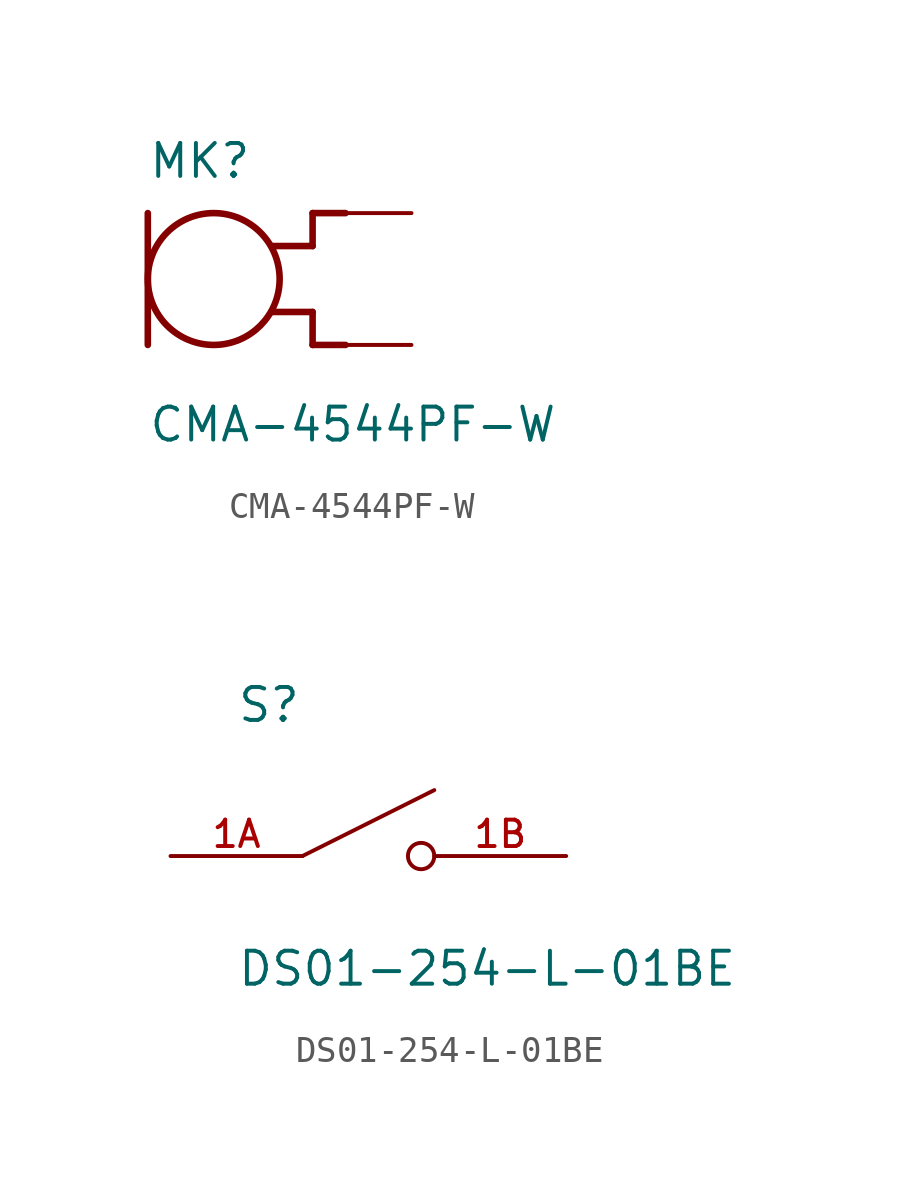
<source format=kicad_sym>
(kicad_symbol_lib
  (version 20241209)
  (generator "kicad_symbol_editor")
  (generator_version "9.0")
  (symbol "CMA-4544PF-W"
    (pin_numbers
      (hide yes))
    (pin_names
      (offset 1.016)
      (hide yes))
    (property "Reference" "MK"
      (at -2.54 3.81 0)
      (effects (font (size 1.27 1.27)) (justify left bottom)))
    (property "Value" "CMA-4544PF-W"
      (at -2.54 -6.35 0)
      (effects (font (size 1.27 1.27)) (justify left bottom)))
    (property "ki_locked" ""
      (at 0 0 0)
      (effects (font (size 1.27 1.27))))
    (symbol "CMA-4544PF-W_0_0"
      (polyline (pts (xy -2.54 2.54) (xy -2.54 -2.54)) (stroke (width 0.254) (type solid)) (fill (type none)))
      (circle (center 0 0) (radius 2.54) (stroke (width 0.254) (type solid)) (fill (type none)))
      (polyline (pts (xy 3.81 2.54) (xy 3.81 1.27)) (stroke (width 0.254) (type solid)) (fill (type none)))
      (polyline (pts (xy 3.81 1.27) (xy 2.235 1.27)) (stroke (width 0.254) (type solid)) (fill (type none)))
      (polyline (pts (xy 3.81 -1.27) (xy 2.235 -1.27)) (stroke (width 0.254) (type solid)) (fill (type none)))
      (polyline (pts (xy 3.81 -2.54) (xy 3.81 -1.27)) (stroke (width 0.254) (type solid)) (fill (type none)))
      (polyline (pts (xy 5.08 2.54) (xy 3.81 2.54)) (stroke (width 0.254) (type solid)) (fill (type none)))
      (polyline (pts (xy 5.08 -2.54) (xy 3.81 -2.54)) (stroke (width 0.254) (type solid)) (fill (type none)))
      (pin output line (at 7.62 2.54 180) (length 2.54) (name "~" (effects (font (size 1.016 1.016)))) (number "1" (effects (font (size 1.016 1.016)))))
      (pin power_in line (at 7.62 -2.54 180) (length 2.54) (name "~" (effects (font (size 1.016 1.016)))) (number "2" (effects (font (size 1.016 1.016)))))))
  (symbol "DS01-254-L-01BE"
    (pin_names
      (offset 1.016)
      (hide yes))
    (property "Reference" "S"
      (at -5.08 5.08 0)
      (effects (font (size 1.27 1.27)) (justify left bottom)))
    (property "Value" "DS01-254-L-01BE"
      (at -5.08 -5.08 0)
      (effects (font (size 1.27 1.27)) (justify left bottom)))
    (property "ki_locked" ""
      (at 0 0 0)
      (effects (font (size 1.27 1.27))))
    (symbol "DS01-254-L-01BE_0_0"
      (polyline (pts (xy -2.54 0) (xy 2.54 2.54)) (stroke (width 0.152) (type solid)) (fill (type none)))
      (circle (center 2.032 0) (radius 0.508) (stroke (width 0.152) (type solid)) (fill (type none)))
      (pin passive line (at -7.62 0 0) (length 5.08) (name "~" (effects (font (size 1.016 1.016)))) (number "1A" (effects (font (size 1.016 1.016)))))
      (pin passive line (at 7.62 0 180) (length 5.08) (name "~" (effects (font (size 1.016 1.016)))) (number "1B" (effects (font (size 1.016 1.016))))))))
</source>
